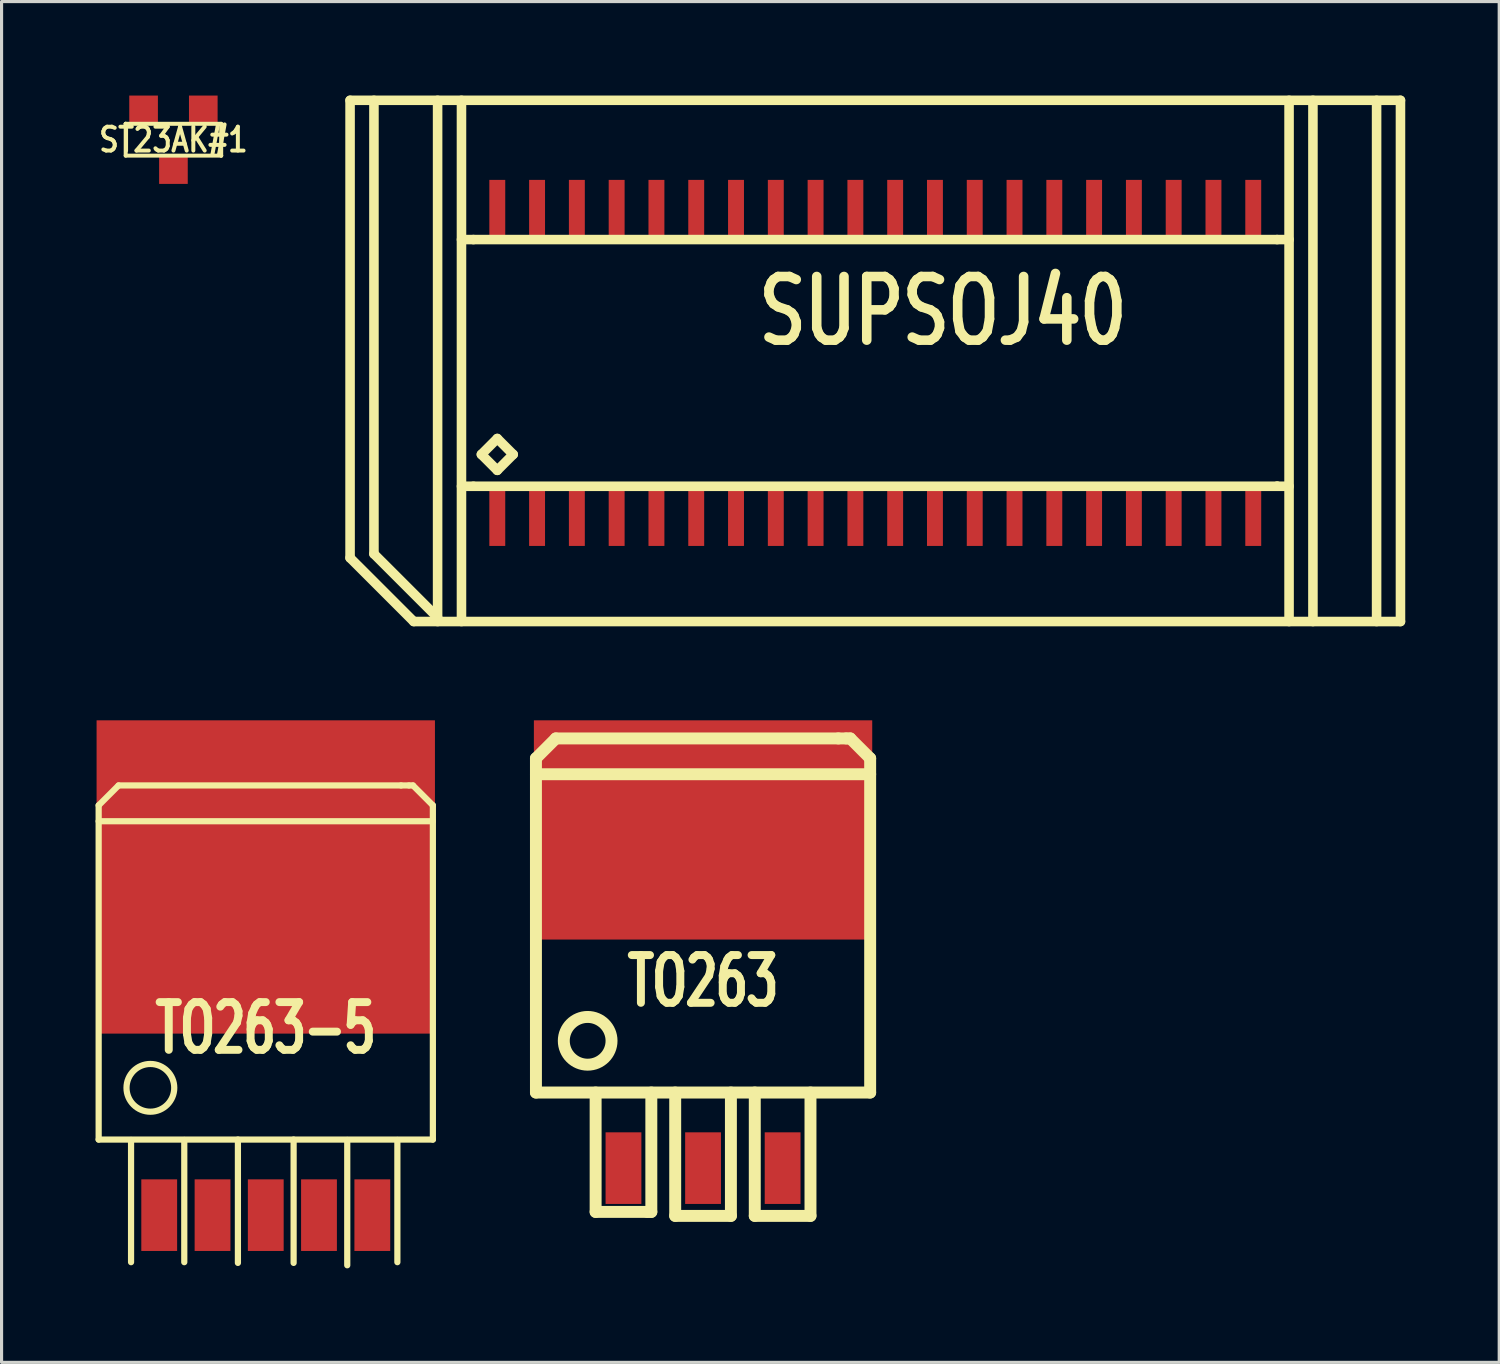
<source format=kicad_pcb>
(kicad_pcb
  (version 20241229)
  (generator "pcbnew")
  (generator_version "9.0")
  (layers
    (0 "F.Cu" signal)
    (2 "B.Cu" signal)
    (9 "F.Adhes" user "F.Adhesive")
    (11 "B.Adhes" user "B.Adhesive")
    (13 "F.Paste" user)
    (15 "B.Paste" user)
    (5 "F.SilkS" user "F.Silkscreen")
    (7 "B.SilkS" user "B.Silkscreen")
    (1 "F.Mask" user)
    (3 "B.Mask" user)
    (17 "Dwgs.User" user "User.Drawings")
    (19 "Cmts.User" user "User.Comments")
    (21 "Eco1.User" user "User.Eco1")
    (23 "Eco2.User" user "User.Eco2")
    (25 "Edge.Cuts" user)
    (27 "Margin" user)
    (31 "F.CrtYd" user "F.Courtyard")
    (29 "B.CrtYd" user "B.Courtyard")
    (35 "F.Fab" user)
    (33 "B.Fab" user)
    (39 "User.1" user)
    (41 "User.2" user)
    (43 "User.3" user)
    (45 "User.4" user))
  (footprint "SUPSOJ40"
    (layer "F.Cu")
    (at 25.523 8.407)
    (property "Reference" "SUPSOJ40" (at 1.524 -1.524 180) (layer "F.SilkS") (effects (font (size 2.032 1.524) (thickness 0.305))))
    (attr smd)
    (fp_line (start -17.399 6.35) (end -17.399 -8.255) (stroke (width 0.305) (type solid)) (layer "F.SilkS"))
    (fp_line (start -16.637 -8.255) (end -16.637 6.223) (stroke (width 0.305) (type solid)) (layer "F.SilkS"))
    (fp_line (start -16.637 6.223) (end -14.605 8.255) (stroke (width 0.305) (type solid)) (layer "F.SilkS"))
    (fp_line (start -15.367 8.382) (end -17.399 6.35) (stroke (width 0.305) (type solid)) (layer "F.SilkS"))
    (fp_line (start -14.605 8.382) (end -14.605 -8.255) (stroke (width 0.305) (type solid)) (layer "F.SilkS"))
    (fp_line (start -13.843 8.382) (end -13.843 -8.255) (stroke (width 0.305) (type solid)) (layer "F.SilkS"))
    (fp_line (start -13.462 -3.81) (end -13.843 -3.81) (stroke (width 0.305) (type solid)) (layer "F.SilkS"))
    (fp_line (start -13.462 -3.81) (end 12.192 -3.81) (stroke (width 0.305) (type solid)) (layer "F.SilkS"))
    (fp_line (start -13.462 4.064) (end -13.843 4.064) (stroke (width 0.305) (type solid)) (layer "F.SilkS"))
    (fp_line (start -13.208 3.048) (end -12.7 2.54) (stroke (width 0.305) (type solid)) (layer "F.SilkS"))
    (fp_line (start -12.7 2.54) (end -12.192 3.048) (stroke (width 0.305) (type solid)) (layer "F.SilkS"))
    (fp_line (start -12.7 3.556) (end -13.208 3.048) (stroke (width 0.305) (type solid)) (layer "F.SilkS"))
    (fp_line (start -12.192 3.048) (end -12.7 3.556) (stroke (width 0.305) (type solid)) (layer "F.SilkS"))
    (fp_line (start 12.192 -3.81) (end 12.573 -3.81) (stroke (width 0.305) (type solid)) (layer "F.SilkS"))
    (fp_line (start 12.192 4.064) (end -13.462 4.064) (stroke (width 0.305) (type solid)) (layer "F.SilkS"))
    (fp_line (start 12.192 4.064) (end 12.192 4.064) (stroke (width 0.305) (type solid)) (layer "F.SilkS"))
    (fp_line (start 12.192 4.064) (end 12.573 4.064) (stroke (width 0.305) (type solid)) (layer "F.SilkS"))
    (fp_line (start 12.573 8.382) (end 12.573 -8.255) (stroke (width 0.305) (type solid)) (layer "F.SilkS"))
    (fp_line (start 13.335 8.382) (end 13.335 -8.255) (stroke (width 0.305) (type solid)) (layer "F.SilkS"))
    (fp_line (start 15.367 8.382) (end 15.367 -8.255) (stroke (width 0.305) (type solid)) (layer "F.SilkS"))
    (fp_line (start 16.129 -8.255) (end -17.399 -8.255) (stroke (width 0.305) (type solid)) (layer "F.SilkS"))
    (fp_line (start 16.129 -8.255) (end 16.129 8.382) (stroke (width 0.305) (type solid)) (layer "F.SilkS"))
    (fp_line (start 16.129 8.382) (end -15.367 8.382) (stroke (width 0.305) (type solid)) (layer "F.SilkS"))
    (pad "1" smd rect (at -12.7 5.08) (size 0.508 1.778) (layers "F.Cu" "F.Mask" "F.Paste"))
    (pad "2" smd rect (at -11.43 5.08) (size 0.508 1.778) (layers "F.Cu" "F.Mask" "F.Paste"))
    (pad "3" smd rect (at -10.16 5.08) (size 0.508 1.778) (layers "F.Cu" "F.Mask" "F.Paste"))
    (pad "4" smd rect (at -8.89 5.08) (size 0.508 1.778) (layers "F.Cu" "F.Mask" "F.Paste"))
    (pad "5" smd rect (at -7.62 5.08) (size 0.508 1.778) (layers "F.Cu" "F.Mask" "F.Paste"))
    (pad "6" smd rect (at -6.35 5.08) (size 0.508 1.778) (layers "F.Cu" "F.Mask" "F.Paste"))
    (pad "7" smd rect (at -5.08 5.08) (size 0.508 1.778) (layers "F.Cu" "F.Mask" "F.Paste"))
    (pad "8" smd rect (at -3.81 5.08) (size 0.508 1.778) (layers "F.Cu" "F.Mask" "F.Paste"))
    (pad "9" smd rect (at -2.54 5.08) (size 0.508 1.778) (layers "F.Cu" "F.Mask" "F.Paste"))
    (pad "10" smd rect (at -1.27 5.08) (size 0.508 1.778) (layers "F.Cu" "F.Mask" "F.Paste"))
    (pad "11" smd rect (at 0 5.08) (size 0.508 1.778) (layers "F.Cu" "F.Mask" "F.Paste"))
    (pad "12" smd rect (at 1.27 5.08) (size 0.508 1.778) (layers "F.Cu" "F.Mask" "F.Paste"))
    (pad "13" smd rect (at 2.54 5.08) (size 0.508 1.778) (layers "F.Cu" "F.Mask" "F.Paste"))
    (pad "14" smd rect (at 3.81 5.08) (size 0.508 1.778) (layers "F.Cu" "F.Mask" "F.Paste"))
    (pad "15" smd rect (at 5.08 5.08) (size 0.508 1.778) (layers "F.Cu" "F.Mask" "F.Paste"))
    (pad "16" smd rect (at 6.35 5.08) (size 0.508 1.778) (layers "F.Cu" "F.Mask" "F.Paste"))
    (pad "17" smd rect (at 7.62 5.08) (size 0.508 1.778) (layers "F.Cu" "F.Mask" "F.Paste"))
    (pad "18" smd rect (at 8.89 5.08) (size 0.508 1.778) (layers "F.Cu" "F.Mask" "F.Paste"))
    (pad "19" smd rect (at 10.16 5.08) (size 0.508 1.778) (layers "F.Cu" "F.Mask" "F.Paste"))
    (pad "20" smd rect (at 11.43 5.08) (size 0.508 1.778) (layers "F.Cu" "F.Mask" "F.Paste"))
    (pad "21" smd rect (at 11.43 -4.826) (size 0.508 1.778) (layers "F.Cu" "F.Mask" "F.Paste"))
    (pad "22" smd rect (at 10.16 -4.826) (size 0.508 1.778) (layers "F.Cu" "F.Mask" "F.Paste"))
    (pad "23" smd rect (at 8.89 -4.826) (size 0.508 1.778) (layers "F.Cu" "F.Mask" "F.Paste"))
    (pad "24" smd rect (at 7.62 -4.826) (size 0.508 1.778) (layers "F.Cu" "F.Mask" "F.Paste"))
    (pad "25" smd rect (at 6.35 -4.826) (size 0.508 1.778) (layers "F.Cu" "F.Mask" "F.Paste"))
    (pad "26" smd rect (at 5.08 -4.826) (size 0.508 1.778) (layers "F.Cu" "F.Mask" "F.Paste"))
    (pad "27" smd rect (at 3.81 -4.826) (size 0.508 1.778) (layers "F.Cu" "F.Mask" "F.Paste"))
    (pad "28" smd rect (at 2.54 -4.826) (size 0.508 1.778) (layers "F.Cu" "F.Mask" "F.Paste"))
    (pad "29" smd rect (at 1.27 -4.826) (size 0.508 1.778) (layers "F.Cu" "F.Mask" "F.Paste"))
    (pad "30" smd rect (at 0 -4.826) (size 0.508 1.778) (layers "F.Cu" "F.Mask" "F.Paste"))
    (pad "31" smd rect (at -1.27 -4.826) (size 0.508 1.778) (layers "F.Cu" "F.Mask" "F.Paste"))
    (pad "32" smd rect (at -2.54 -4.826) (size 0.508 1.778) (layers "F.Cu" "F.Mask" "F.Paste"))
    (pad "33" smd rect (at -3.81 -4.826) (size 0.508 1.778) (layers "F.Cu" "F.Mask" "F.Paste"))
    (pad "34" smd rect (at -5.08 -4.826) (size 0.508 1.778) (layers "F.Cu" "F.Mask" "F.Paste"))
    (pad "35" smd rect (at -6.35 -4.826) (size 0.508 1.778) (layers "F.Cu" "F.Mask" "F.Paste"))
    (pad "36" smd rect (at -7.62 -4.826) (size 0.508 1.778) (layers "F.Cu" "F.Mask" "F.Paste"))
    (pad "37" smd rect (at -8.89 -4.826) (size 0.508 1.778) (layers "F.Cu" "F.Mask" "F.Paste"))
    (pad "38" smd rect (at -10.16 -4.826) (size 0.508 1.778) (layers "F.Cu" "F.Mask" "F.Paste"))
    (pad "39" smd rect (at -11.43 -4.826) (size 0.508 1.778) (layers "F.Cu" "F.Mask" "F.Paste"))
    (pad "40" smd rect (at -12.7 -4.826) (size 0.508 1.778) (layers "F.Cu" "F.Mask" "F.Paste")))
  (footprint "ST23AK#1"
    (layer "F.Cu")
    (at 2.486 1.41)
    (property "Reference" "ST23AK#1" (at 0 0 0) (layer "F.SilkS") (effects (font (size 0.762 0.635) (thickness 0.127))))
    (attr smd)
    (fp_line (start -1.524 -0.508) (end -1.524 -0.508) (stroke (width 0.127) (type solid)) (layer "F.SilkS"))
    (fp_line (start -1.524 -0.508) (end -1.524 -0.508) (stroke (width 0.127) (type solid)) (layer "F.SilkS"))
    (fp_line (start -1.524 -0.508) (end 1.524 -0.508) (stroke (width 0.127) (type solid)) (layer "F.SilkS"))
    (fp_line (start -1.524 0.508) (end -1.524 -0.508) (stroke (width 0.127) (type solid)) (layer "F.SilkS"))
    (fp_line (start 1.524 -0.508) (end 1.524 0.508) (stroke (width 0.127) (type solid)) (layer "F.SilkS"))
    (fp_line (start 1.524 0.508) (end -1.524 0.508) (stroke (width 0.127) (type solid)) (layer "F.SilkS"))
    (fp_line (start 1.524 0.508) (end 1.524 0.508) (stroke (width 0.127) (type solid)) (layer "F.SilkS"))
    (pad "1" smd rect (at 0.953 -0.953) (size 0.914 0.914) (layers "F.Cu" "F.Mask" "F.Paste"))
    (pad "2" smd rect (at 0 0.953) (size 0.914 0.914) (layers "F.Cu" "F.Mask" "F.Paste"))
    (pad "3" smd rect (at -0.953 -0.953) (size 0.914 0.914) (layers "F.Cu" "F.Mask" "F.Paste")))
  (footprint "TO263"
    (layer "F.Cu")
    (at 19.391 34.236)
    (property "Reference" "TO263" (at 0 -5.969 0) (layer "F.SilkS") (effects (font (size 1.524 1.016) (thickness 0.254))))
    (attr smd)
    (fp_line (start -5.334 -13.081) (end -4.699 -13.716) (stroke (width 0.381) (type solid)) (layer "F.SilkS"))
    (fp_line (start -5.334 -2.413) (end -5.334 -13.081) (stroke (width 0.381) (type solid)) (layer "F.SilkS"))
    (fp_line (start -5.334 -2.413) (end 5.334 -2.413) (stroke (width 0.381) (type solid)) (layer "F.SilkS"))
    (fp_line (start -4.699 -13.716) (end 4.318 -13.716) (stroke (width 0.381) (type solid)) (layer "F.SilkS"))
    (fp_line (start -3.429 -2.413) (end -3.429 1.397) (stroke (width 0.381) (type solid)) (layer "F.SilkS"))
    (fp_line (start -3.429 1.397) (end -1.778 1.397) (stroke (width 0.381) (type solid)) (layer "F.SilkS"))
    (fp_line (start -1.778 1.397) (end -1.651 1.397) (stroke (width 0.381) (type solid)) (layer "F.SilkS"))
    (fp_line (start -1.651 1.397) (end -1.651 -2.413) (stroke (width 0.381) (type solid)) (layer "F.SilkS"))
    (fp_line (start -0.889 -2.413) (end -0.889 1.524) (stroke (width 0.381) (type solid)) (layer "F.SilkS"))
    (fp_line (start -0.889 1.524) (end 0.889 1.524) (stroke (width 0.381) (type solid)) (layer "F.SilkS"))
    (fp_line (start 0.889 1.524) (end 0.889 -2.413) (stroke (width 0.381) (type solid)) (layer "F.SilkS"))
    (fp_line (start 1.651 -2.413) (end 1.651 1.524) (stroke (width 0.381) (type solid)) (layer "F.SilkS"))
    (fp_line (start 1.651 1.524) (end 3.429 1.524) (stroke (width 0.381) (type solid)) (layer "F.SilkS"))
    (fp_line (start 3.429 1.524) (end 3.429 -2.413) (stroke (width 0.381) (type solid)) (layer "F.SilkS"))
    (fp_line (start 4.318 -13.716) (end 4.572 -13.716) (stroke (width 0.381) (type solid)) (layer "F.SilkS"))
    (fp_line (start 4.572 -13.716) (end 4.699 -13.716) (stroke (width 0.381) (type solid)) (layer "F.SilkS"))
    (fp_line (start 4.699 -13.716) (end 5.334 -13.081) (stroke (width 0.381) (type solid)) (layer "F.SilkS"))
    (fp_line (start 5.334 -13.081) (end 5.334 -2.413) (stroke (width 0.381) (type solid)) (layer "F.SilkS"))
    (fp_line (start 5.334 -12.573) (end -5.334 -12.573) (stroke (width 0.381) (type solid)) (layer "F.SilkS"))
    (fp_circle (center -3.683 -4.064) (end -3.683 -3.302) (stroke (width 0.381) (type solid)) (fill no) (layer "F.SilkS"))
    (pad "1" smd rect (at -2.54 0) (size 1.143 2.286) (layers "F.Cu" "F.Mask" "F.Paste"))
    (pad "2" smd rect (at 0 -10.795) (size 10.8 6.998) (layers "F.Cu" "F.Mask" "F.Paste"))
    (pad "2" smd rect (at 0 0) (size 1.143 2.286) (layers "F.Cu" "F.Mask" "F.Paste"))
    (pad "3" smd rect (at 2.54 0) (size 1.143 2.286) (layers "F.Cu" "F.Mask" "F.Paste")))
  (footprint "TO263-5"
    (layer "F.Cu")
    (at 5.433 35.737)
    (property "Reference" "TO263-5" (at 0 -5.969 0) (layer "F.SilkS") (effects (font (size 1.524 1.016) (thickness 0.254))))
    (attr smd)
    (fp_line (start -5.334 -13.081) (end -4.699 -13.716) (stroke (width 0.198) (type solid)) (layer "F.SilkS"))
    (fp_line (start -5.334 -2.413) (end -5.334 -13.081) (stroke (width 0.198) (type solid)) (layer "F.SilkS"))
    (fp_line (start -5.334 -2.413) (end 5.334 -2.413) (stroke (width 0.198) (type solid)) (layer "F.SilkS"))
    (fp_line (start -4.699 -13.716) (end 4.318 -13.716) (stroke (width 0.198) (type solid)) (layer "F.SilkS"))
    (fp_line (start -4.3 -2.4) (end -4.3 1.501) (stroke (width 0.198) (type solid)) (layer "F.SilkS"))
    (fp_line (start -2.601 -2.4) (end -2.601 1.501) (stroke (width 0.198) (type solid)) (layer "F.SilkS"))
    (fp_line (start -0.889 -2.413) (end -0.889 1.524) (stroke (width 0.198) (type solid)) (layer "F.SilkS"))
    (fp_line (start 0.889 1.524) (end 0.889 -2.413) (stroke (width 0.198) (type solid)) (layer "F.SilkS"))
    (fp_line (start 2.601 -2.4) (end 2.601 1.6) (stroke (width 0.198) (type solid)) (layer "F.SilkS"))
    (fp_line (start 4.201 -2.4) (end 4.201 1.501) (stroke (width 0.198) (type solid)) (layer "F.SilkS"))
    (fp_line (start 4.318 -13.716) (end 4.572 -13.716) (stroke (width 0.198) (type solid)) (layer "F.SilkS"))
    (fp_line (start 4.572 -13.716) (end 4.699 -13.716) (stroke (width 0.198) (type solid)) (layer "F.SilkS"))
    (fp_line (start 4.699 -13.716) (end 5.334 -13.081) (stroke (width 0.198) (type solid)) (layer "F.SilkS"))
    (fp_line (start 5.334 -13.081) (end 5.334 -2.413) (stroke (width 0.198) (type solid)) (layer "F.SilkS"))
    (fp_line (start 5.334 -12.573) (end -5.334 -12.573) (stroke (width 0.198) (type solid)) (layer "F.SilkS"))
    (fp_circle (center -3.683 -4.064) (end -3.683 -3.302) (stroke (width 0.198) (type solid)) (fill no) (layer "F.SilkS"))
    (pad "1" smd rect (at -3.401 0) (size 1.143 2.286) (layers "F.Cu" "F.Mask" "F.Paste"))
    (pad "2" smd rect (at -1.699 0) (size 1.143 2.286) (layers "F.Cu" "F.Mask" "F.Paste"))
    (pad "3" smd rect (at 0 -10.795) (size 10.8 10) (layers "F.Cu" "F.Mask" "F.Paste"))
    (pad "3" smd rect (at 0 0) (size 1.143 2.286) (layers "F.Cu" "F.Mask" "F.Paste"))
    (pad "4" smd rect (at 1.699 0) (size 1.143 2.286) (layers "F.Cu" "F.Mask" "F.Paste"))
    (pad "5" smd rect (at 3.401 0) (size 1.143 2.286) (layers "F.Cu" "F.Mask" "F.Paste")))
  (gr_rect
    (start -3 -3)
    (end 44.804 40.436)
    (stroke (width 0.1) (type default))
    (fill no)
    (layer "Edge.Cuts")))
</source>
